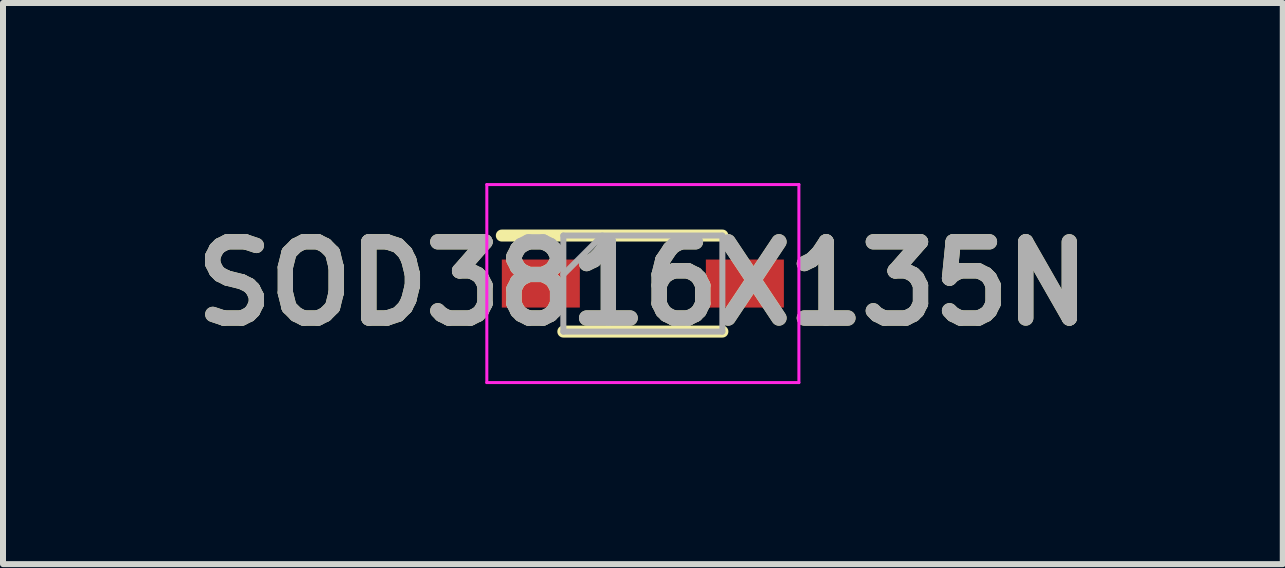
<source format=kicad_pcb>
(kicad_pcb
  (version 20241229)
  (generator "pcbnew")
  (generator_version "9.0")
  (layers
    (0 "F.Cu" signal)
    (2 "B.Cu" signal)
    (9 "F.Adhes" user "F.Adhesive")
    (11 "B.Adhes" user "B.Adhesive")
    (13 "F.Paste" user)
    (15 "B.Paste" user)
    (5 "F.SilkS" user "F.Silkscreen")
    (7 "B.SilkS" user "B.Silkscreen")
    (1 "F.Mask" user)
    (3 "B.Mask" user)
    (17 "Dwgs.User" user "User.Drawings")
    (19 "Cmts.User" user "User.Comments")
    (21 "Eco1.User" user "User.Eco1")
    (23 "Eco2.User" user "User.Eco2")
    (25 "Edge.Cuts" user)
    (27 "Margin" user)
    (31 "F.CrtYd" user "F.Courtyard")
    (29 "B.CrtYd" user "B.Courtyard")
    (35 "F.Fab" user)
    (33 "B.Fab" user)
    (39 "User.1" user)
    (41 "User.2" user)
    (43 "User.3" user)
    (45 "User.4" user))
  (footprint "SOD3816X135N"
    (layer "F.Cu")
    (at 7.662 1.675)
    (property "Reference" "SOD3816X135N" (at 0 0 0) (layer "F.SilkS") (effects (font (size 1.27 1.27) (thickness 0.254))))
    (attr smd)
    (fp_line (start -2.35 -0.8) (end 1.325 -0.8) (stroke (width 0.2) (type solid)) (layer "F.SilkS"))
    (fp_line (start -1.325 0.8) (end 1.325 0.8) (stroke (width 0.2) (type solid)) (layer "F.SilkS"))
    (fp_line (start -2.6 -1.65) (end 2.6 -1.65) (stroke (width 0.05) (type solid)) (layer "F.CrtYd"))
    (fp_line (start -2.6 1.65) (end -2.6 -1.65) (stroke (width 0.05) (type solid)) (layer "F.CrtYd"))
    (fp_line (start 2.6 -1.65) (end 2.6 1.65) (stroke (width 0.05) (type solid)) (layer "F.CrtYd"))
    (fp_line (start 2.6 1.65) (end -2.6 1.65) (stroke (width 0.05) (type solid)) (layer "F.CrtYd"))
    (fp_line (start -1.325 -0.8) (end 1.325 -0.8) (stroke (width 0.1) (type solid)) (layer "F.Fab"))
    (fp_line (start -1.325 -0.15) (end -0.675 -0.8) (stroke (width 0.1) (type solid)) (layer "F.Fab"))
    (fp_line (start -1.325 0.8) (end -1.325 -0.8) (stroke (width 0.1) (type solid)) (layer "F.Fab"))
    (fp_line (start 1.325 -0.8) (end 1.325 0.8) (stroke (width 0.1) (type solid)) (layer "F.Fab"))
    (fp_line (start 1.325 0.8) (end -1.325 0.8) (stroke (width 0.1) (type solid)) (layer "F.Fab"))
    (fp_text user "${REFERENCE}" (at 0 0 0) (layer "F.Fab") (effects (font (size 1.27 1.27) (thickness 0.254))))
    (pad "1" smd rect (at -1.7 0 90) (size 0.8 1.3) (layers "F.Cu" "F.Mask" "F.Paste"))
    (pad "2" smd rect (at 1.7 0 90) (size 0.8 1.3) (layers "F.Cu" "F.Mask" "F.Paste")))
  (gr_rect
    (start -3 -3)
    (end 18.325 6.35)
    (stroke (width 0.1) (type default))
    (fill no)
    (layer "Edge.Cuts")))
</source>
